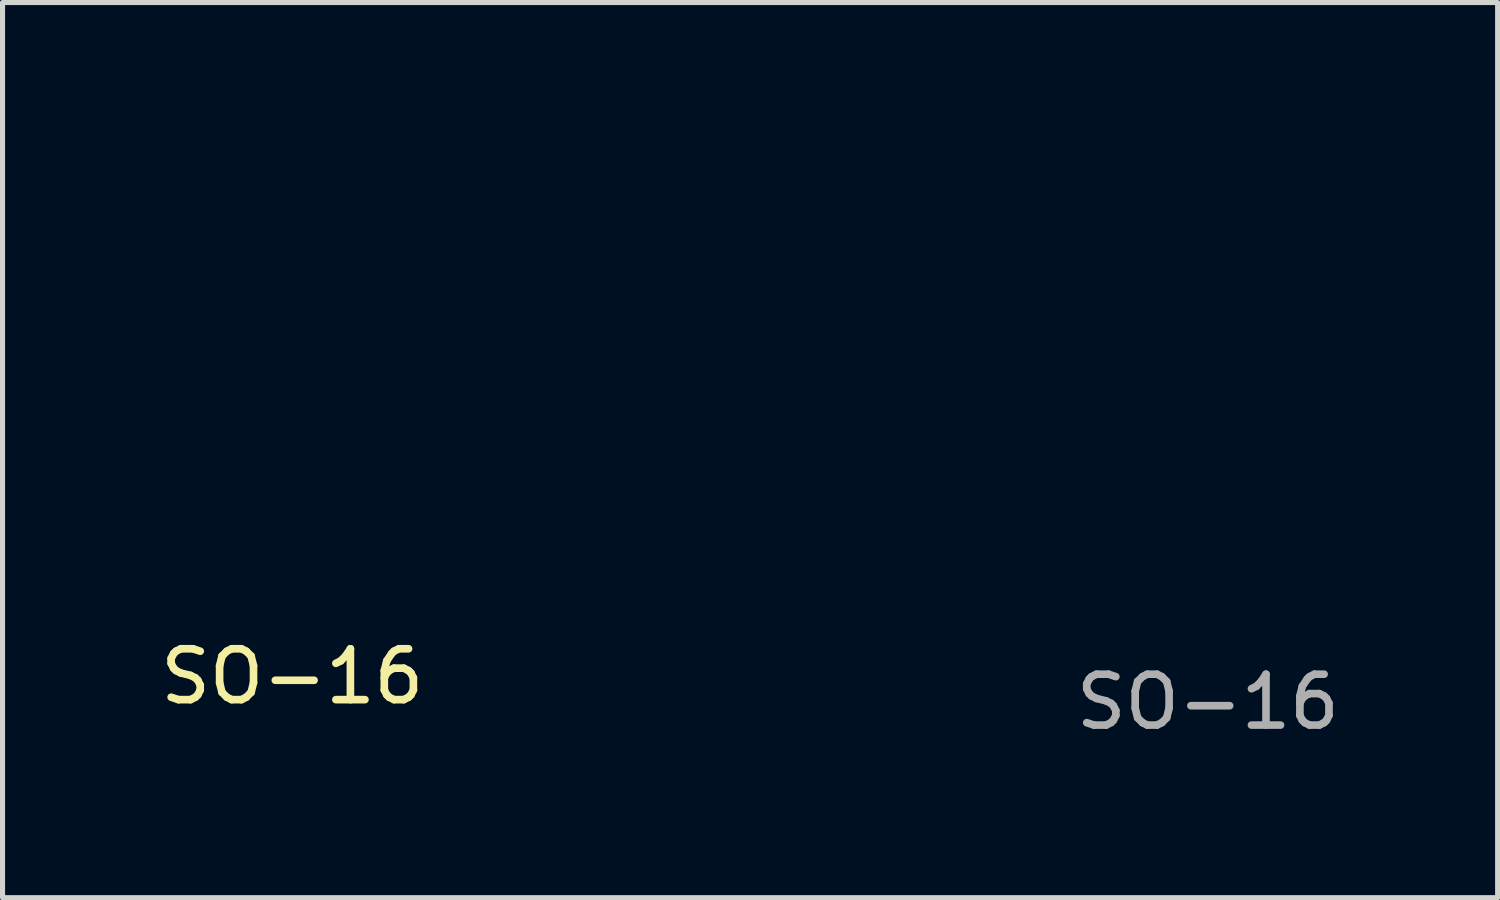
<source format=kicad_pcb>
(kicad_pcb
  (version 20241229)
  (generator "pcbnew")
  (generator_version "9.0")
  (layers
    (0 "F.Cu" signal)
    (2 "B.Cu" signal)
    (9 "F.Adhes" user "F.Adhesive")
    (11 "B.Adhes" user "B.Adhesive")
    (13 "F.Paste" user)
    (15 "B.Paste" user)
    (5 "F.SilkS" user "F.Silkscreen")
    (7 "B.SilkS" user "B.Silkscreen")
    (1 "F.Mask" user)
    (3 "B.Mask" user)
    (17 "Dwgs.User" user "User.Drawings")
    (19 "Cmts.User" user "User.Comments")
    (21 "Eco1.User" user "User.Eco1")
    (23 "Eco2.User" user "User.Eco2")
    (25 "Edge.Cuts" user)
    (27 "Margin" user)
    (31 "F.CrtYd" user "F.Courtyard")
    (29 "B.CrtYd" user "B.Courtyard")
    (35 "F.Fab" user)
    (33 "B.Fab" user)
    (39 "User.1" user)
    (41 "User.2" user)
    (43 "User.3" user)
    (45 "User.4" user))
  (footprint "SO-16"
    (layer "F.Cu")
    (at 10.696 0.25)
    (property "Reference" "SO-16" (at -8 10 0) (unlocked yes) (layer "F.SilkS") (effects (font (size 1 1) (thickness 0.15))))
    (attr smd)
    (fp_text user "${REFERENCE}" (at 10 10.5 0) (unlocked yes) (layer "F.Fab") (effects (font (size 1 1) (thickness 0.15)))))
  (gr_rect
    (start -3 -3)
    (end 26.393 14.598)
    (stroke (width 0.1) (type default))
    (fill no)
    (layer "Edge.Cuts")))
</source>
